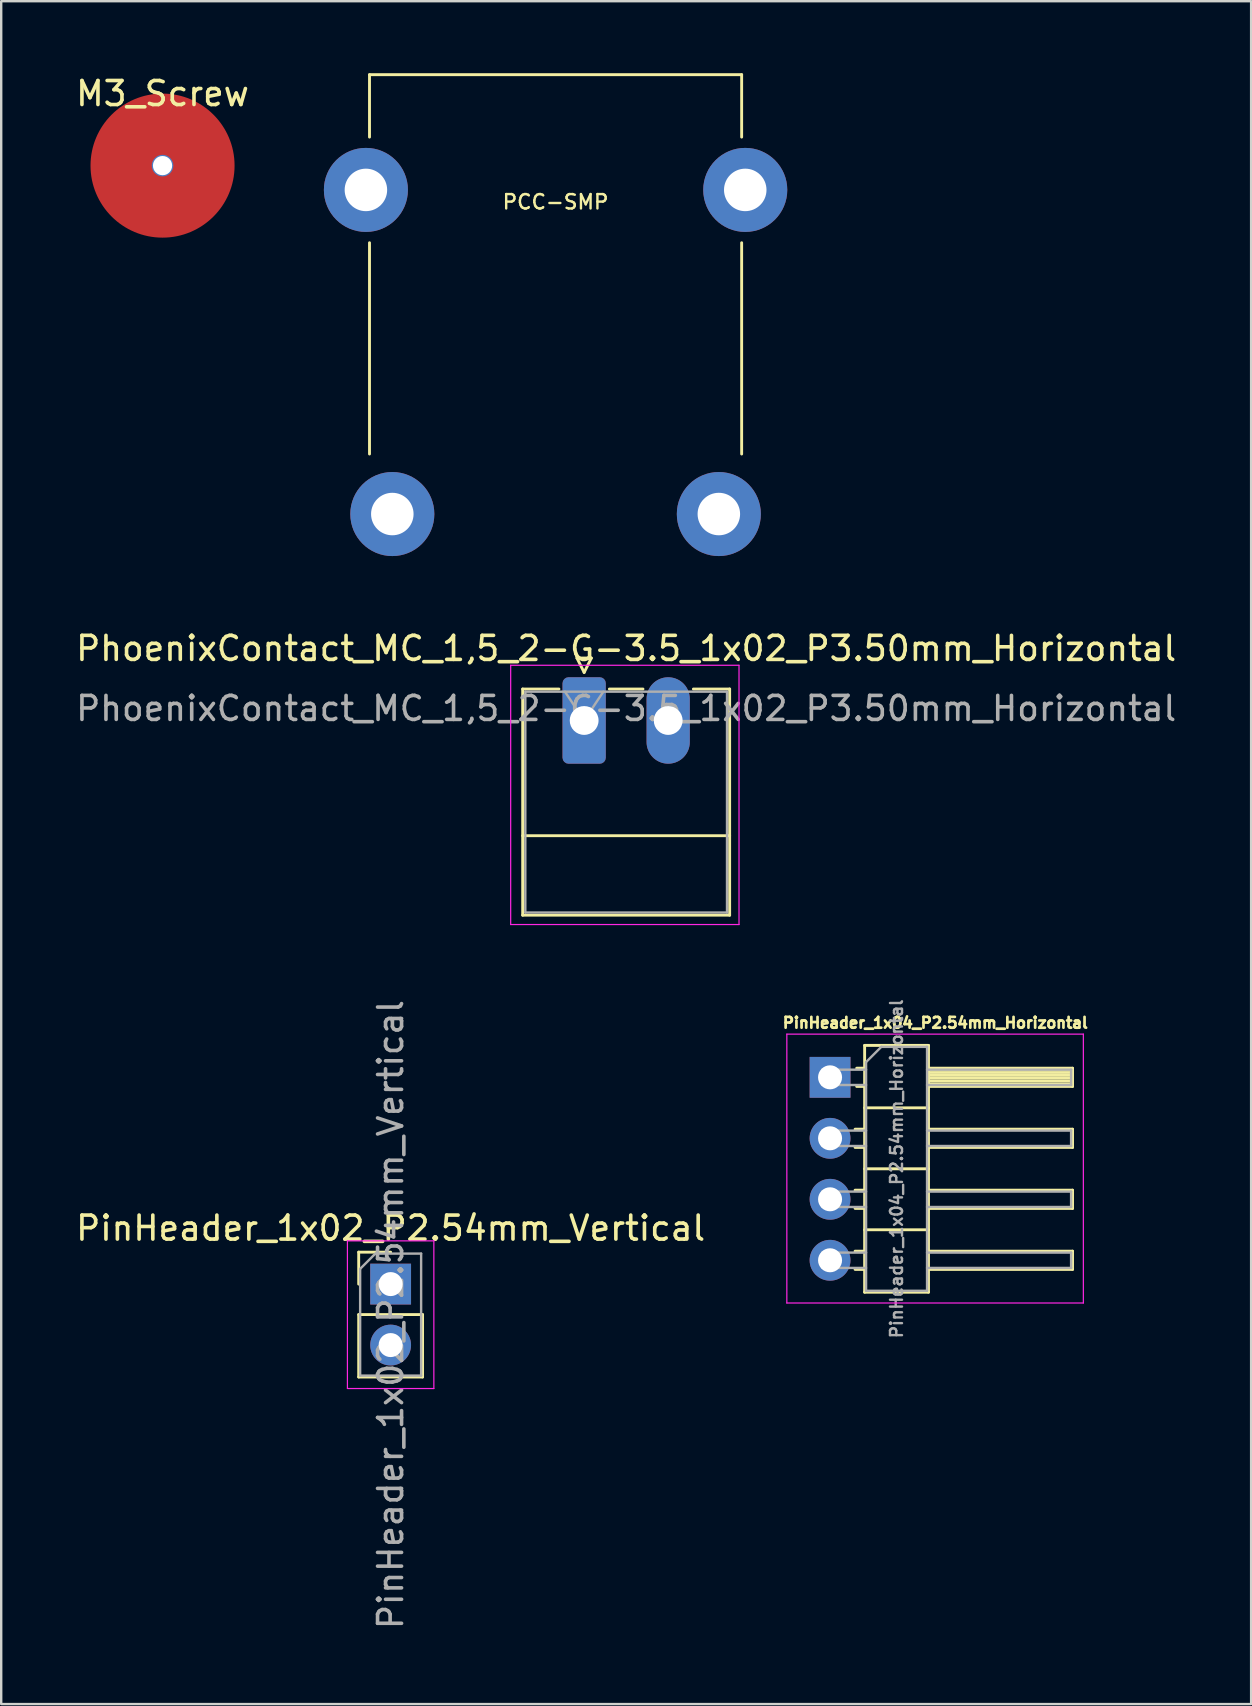
<source format=kicad_pcb>
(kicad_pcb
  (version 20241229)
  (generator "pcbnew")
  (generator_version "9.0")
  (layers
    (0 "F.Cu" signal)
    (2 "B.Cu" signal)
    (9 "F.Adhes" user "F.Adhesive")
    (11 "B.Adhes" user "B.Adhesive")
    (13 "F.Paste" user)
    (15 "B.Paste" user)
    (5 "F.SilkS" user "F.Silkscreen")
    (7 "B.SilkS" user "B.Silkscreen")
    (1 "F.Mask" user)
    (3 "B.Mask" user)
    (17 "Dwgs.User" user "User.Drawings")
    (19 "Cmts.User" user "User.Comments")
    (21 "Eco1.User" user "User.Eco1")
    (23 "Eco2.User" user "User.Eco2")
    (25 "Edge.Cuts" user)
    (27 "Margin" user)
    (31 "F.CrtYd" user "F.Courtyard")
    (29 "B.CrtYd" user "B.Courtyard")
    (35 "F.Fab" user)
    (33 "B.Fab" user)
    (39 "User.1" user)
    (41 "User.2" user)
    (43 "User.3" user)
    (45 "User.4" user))
  (footprint "M3_Screw"
    (layer "F.Cu")
    (at 3.72 3.848)
    (property "Reference" "M3_Screw" (at 0 -3 0) (layer "F.SilkS") (effects (font (size 1 1) (thickness 0.15))))
    (attr through_hole)
    (pad "2" thru_hole oval (at 0 0) (size 0.9 0.9) (drill 0.8) (layers "B.Cu"))
    (pad "2" smd circle (at 0 0) (size 6 6) (layers "F.Cu" "F.Mask" "F.Paste")))
  (footprint "PhoenixContact_MC_1,5_2-G-3.5_1x02_P3.50mm_Horizontal"
    (layer "F.Cu")
    (at 23.03 26.758)
    (property "Reference" "PhoenixContact_MC_1,5_2-G-3.5_1x02_P3.50mm_Horizontal" (at 0 -2.8 0) (layer "F.SilkS") (effects (font (size 1 1) (thickness 0.15))))
    (attr through_hole)
    (fp_line (start -4.31 -1.11) (end -4.31 8.31) (stroke (width 0.12) (type solid)) (layer "F.SilkS"))
    (fp_line (start -4.31 -1.11) (end -2.8 -1.11) (stroke (width 0.12) (type solid)) (layer "F.SilkS"))
    (fp_line (start -4.31 5) (end 4.31 5) (stroke (width 0.12) (type solid)) (layer "F.SilkS"))
    (fp_line (start -4.31 8.31) (end 4.31 8.31) (stroke (width 0.12) (type solid)) (layer "F.SilkS"))
    (fp_line (start -2.05 -2.4) (end -1.45 -2.4) (stroke (width 0.12) (type solid)) (layer "F.SilkS"))
    (fp_line (start -1.75 -1.8) (end -2.05 -2.4) (stroke (width 0.12) (type solid)) (layer "F.SilkS"))
    (fp_line (start -1.45 -2.4) (end -1.75 -1.8) (stroke (width 0.12) (type solid)) (layer "F.SilkS"))
    (fp_line (start -0.7 -1.11) (end 0.7 -1.11) (stroke (width 0.12) (type solid)) (layer "F.SilkS"))
    (fp_line (start 4.31 -1.11) (end 2.8 -1.11) (stroke (width 0.12) (type solid)) (layer "F.SilkS"))
    (fp_line (start 4.31 8.31) (end 4.31 -1.11) (stroke (width 0.12) (type solid)) (layer "F.SilkS"))
    (fp_line (start -4.81 -2.1) (end -4.81 8.7) (stroke (width 0.05) (type solid)) (layer "F.CrtYd"))
    (fp_line (start -4.81 8.7) (end 4.7 8.7) (stroke (width 0.05) (type solid)) (layer "F.CrtYd"))
    (fp_line (start 4.7 -2.1) (end -4.81 -2.1) (stroke (width 0.05) (type solid)) (layer "F.CrtYd"))
    (fp_line (start 4.7 8.7) (end 4.7 -2.1) (stroke (width 0.05) (type solid)) (layer "F.CrtYd"))
    (fp_line (start -4.2 -1) (end -4.2 8.2) (stroke (width 0.1) (type solid)) (layer "F.Fab"))
    (fp_line (start -4.2 8.2) (end 4.2 8.2) (stroke (width 0.1) (type solid)) (layer "F.Fab"))
    (fp_line (start -1.75 0.2) (end -2.55 -1) (stroke (width 0.1) (type solid)) (layer "F.Fab"))
    (fp_line (start -0.95 -1) (end -1.75 0.2) (stroke (width 0.1) (type solid)) (layer "F.Fab"))
    (fp_line (start 4.2 -1) (end -4.2 -1) (stroke (width 0.1) (type solid)) (layer "F.Fab"))
    (fp_line (start 4.2 8.2) (end 4.2 -1) (stroke (width 0.1) (type solid)) (layer "F.Fab"))
    (fp_text user "${REFERENCE}" (at 0 -0.3 0) (layer "F.Fab") (effects (font (size 1 1) (thickness 0.15))))
    (pad "1" thru_hole roundrect (at -1.75 0.2) (size 1.8 3.6) (drill 1.2) (layers "*.Cu" "*.Mask") (roundrect_rratio 0.139))
    (pad "2" thru_hole oval (at 1.75 0.2) (size 1.8 3.6) (drill 1.2) (layers "*.Cu" "*.Mask")))
  (footprint "PinHeader_1x04_P2.54mm_Horizontal"
    (layer "F.Cu")
    (at 31.522 41.821)
    (property "Reference" "PinHeader_1x04_P2.54mm_Horizontal" (at 4.385 -2.27 0) (layer "F.SilkS") (effects (font (size 0.45 0.45) (thickness 0.113))))
    (attr through_hole)
    (fp_line (start 1.043 2.16) (end 1.44 2.16) (stroke (width 0.12) (type solid)) (layer "F.SilkS"))
    (fp_line (start 1.043 2.92) (end 1.44 2.92) (stroke (width 0.12) (type solid)) (layer "F.SilkS"))
    (fp_line (start 1.043 4.7) (end 1.44 4.7) (stroke (width 0.12) (type solid)) (layer "F.SilkS"))
    (fp_line (start 1.043 5.46) (end 1.44 5.46) (stroke (width 0.12) (type solid)) (layer "F.SilkS"))
    (fp_line (start 1.043 7.24) (end 1.44 7.24) (stroke (width 0.12) (type solid)) (layer "F.SilkS"))
    (fp_line (start 1.043 8) (end 1.44 8) (stroke (width 0.12) (type solid)) (layer "F.SilkS"))
    (fp_line (start 1.11 -0.38) (end 1.44 -0.38) (stroke (width 0.12) (type solid)) (layer "F.SilkS"))
    (fp_line (start 1.11 0.38) (end 1.44 0.38) (stroke (width 0.12) (type solid)) (layer "F.SilkS"))
    (fp_line (start 1.44 -1.33) (end 1.44 8.95) (stroke (width 0.12) (type solid)) (layer "F.SilkS"))
    (fp_line (start 1.44 1.27) (end 4.1 1.27) (stroke (width 0.12) (type solid)) (layer "F.SilkS"))
    (fp_line (start 1.44 3.81) (end 4.1 3.81) (stroke (width 0.12) (type solid)) (layer "F.SilkS"))
    (fp_line (start 1.44 6.35) (end 4.1 6.35) (stroke (width 0.12) (type solid)) (layer "F.SilkS"))
    (fp_line (start 1.44 8.95) (end 4.1 8.95) (stroke (width 0.12) (type solid)) (layer "F.SilkS"))
    (fp_line (start 4.1 -1.33) (end 1.44 -1.33) (stroke (width 0.12) (type solid)) (layer "F.SilkS"))
    (fp_line (start 4.1 -0.38) (end 10.1 -0.38) (stroke (width 0.12) (type solid)) (layer "F.SilkS"))
    (fp_line (start 4.1 -0.32) (end 10.1 -0.32) (stroke (width 0.12) (type solid)) (layer "F.SilkS"))
    (fp_line (start 4.1 -0.2) (end 10.1 -0.2) (stroke (width 0.12) (type solid)) (layer "F.SilkS"))
    (fp_line (start 4.1 -0.08) (end 10.1 -0.08) (stroke (width 0.12) (type solid)) (layer "F.SilkS"))
    (fp_line (start 4.1 0.04) (end 10.1 0.04) (stroke (width 0.12) (type solid)) (layer "F.SilkS"))
    (fp_line (start 4.1 0.16) (end 10.1 0.16) (stroke (width 0.12) (type solid)) (layer "F.SilkS"))
    (fp_line (start 4.1 0.28) (end 10.1 0.28) (stroke (width 0.12) (type solid)) (layer "F.SilkS"))
    (fp_line (start 4.1 2.16) (end 10.1 2.16) (stroke (width 0.12) (type solid)) (layer "F.SilkS"))
    (fp_line (start 4.1 4.7) (end 10.1 4.7) (stroke (width 0.12) (type solid)) (layer "F.SilkS"))
    (fp_line (start 4.1 7.24) (end 10.1 7.24) (stroke (width 0.12) (type solid)) (layer "F.SilkS"))
    (fp_line (start 4.1 8.95) (end 4.1 -1.33) (stroke (width 0.12) (type solid)) (layer "F.SilkS"))
    (fp_line (start 10.1 -0.38) (end 10.1 0.38) (stroke (width 0.12) (type solid)) (layer "F.SilkS"))
    (fp_line (start 10.1 0.38) (end 4.1 0.38) (stroke (width 0.12) (type solid)) (layer "F.SilkS"))
    (fp_line (start 10.1 2.16) (end 10.1 2.92) (stroke (width 0.12) (type solid)) (layer "F.SilkS"))
    (fp_line (start 10.1 2.92) (end 4.1 2.92) (stroke (width 0.12) (type solid)) (layer "F.SilkS"))
    (fp_line (start 10.1 4.7) (end 10.1 5.46) (stroke (width 0.12) (type solid)) (layer "F.SilkS"))
    (fp_line (start 10.1 5.46) (end 4.1 5.46) (stroke (width 0.12) (type solid)) (layer "F.SilkS"))
    (fp_line (start 10.1 7.24) (end 10.1 8) (stroke (width 0.12) (type solid)) (layer "F.SilkS"))
    (fp_line (start 10.1 8) (end 4.1 8) (stroke (width 0.12) (type solid)) (layer "F.SilkS"))
    (fp_line (start -1.8 -1.8) (end -1.8 9.4) (stroke (width 0.05) (type solid)) (layer "F.CrtYd"))
    (fp_line (start -1.8 9.4) (end 10.55 9.4) (stroke (width 0.05) (type solid)) (layer "F.CrtYd"))
    (fp_line (start 10.55 -1.8) (end -1.8 -1.8) (stroke (width 0.05) (type solid)) (layer "F.CrtYd"))
    (fp_line (start 10.55 9.4) (end 10.55 -1.8) (stroke (width 0.05) (type solid)) (layer "F.CrtYd"))
    (fp_line (start -0.32 -0.32) (end -0.32 0.32) (stroke (width 0.1) (type solid)) (layer "F.Fab"))
    (fp_line (start -0.32 -0.32) (end 1.5 -0.32) (stroke (width 0.1) (type solid)) (layer "F.Fab"))
    (fp_line (start -0.32 0.32) (end 1.5 0.32) (stroke (width 0.1) (type solid)) (layer "F.Fab"))
    (fp_line (start -0.32 2.22) (end -0.32 2.86) (stroke (width 0.1) (type solid)) (layer "F.Fab"))
    (fp_line (start -0.32 2.22) (end 1.5 2.22) (stroke (width 0.1) (type solid)) (layer "F.Fab"))
    (fp_line (start -0.32 2.86) (end 1.5 2.86) (stroke (width 0.1) (type solid)) (layer "F.Fab"))
    (fp_line (start -0.32 4.76) (end -0.32 5.4) (stroke (width 0.1) (type solid)) (layer "F.Fab"))
    (fp_line (start -0.32 4.76) (end 1.5 4.76) (stroke (width 0.1) (type solid)) (layer "F.Fab"))
    (fp_line (start -0.32 5.4) (end 1.5 5.4) (stroke (width 0.1) (type solid)) (layer "F.Fab"))
    (fp_line (start -0.32 7.3) (end -0.32 7.94) (stroke (width 0.1) (type solid)) (layer "F.Fab"))
    (fp_line (start -0.32 7.3) (end 1.5 7.3) (stroke (width 0.1) (type solid)) (layer "F.Fab"))
    (fp_line (start -0.32 7.94) (end 1.5 7.94) (stroke (width 0.1) (type solid)) (layer "F.Fab"))
    (fp_line (start 1.5 -0.635) (end 2.135 -1.27) (stroke (width 0.1) (type solid)) (layer "F.Fab"))
    (fp_line (start 1.5 8.89) (end 1.5 -0.635) (stroke (width 0.1) (type solid)) (layer "F.Fab"))
    (fp_line (start 2.135 -1.27) (end 4.04 -1.27) (stroke (width 0.1) (type solid)) (layer "F.Fab"))
    (fp_line (start 4.04 -1.27) (end 4.04 8.89) (stroke (width 0.1) (type solid)) (layer "F.Fab"))
    (fp_line (start 4.04 -0.32) (end 10.04 -0.32) (stroke (width 0.1) (type solid)) (layer "F.Fab"))
    (fp_line (start 4.04 0.32) (end 10.04 0.32) (stroke (width 0.1) (type solid)) (layer "F.Fab"))
    (fp_line (start 4.04 2.22) (end 10.04 2.22) (stroke (width 0.1) (type solid)) (layer "F.Fab"))
    (fp_line (start 4.04 2.86) (end 10.04 2.86) (stroke (width 0.1) (type solid)) (layer "F.Fab"))
    (fp_line (start 4.04 4.76) (end 10.04 4.76) (stroke (width 0.1) (type solid)) (layer "F.Fab"))
    (fp_line (start 4.04 5.4) (end 10.04 5.4) (stroke (width 0.1) (type solid)) (layer "F.Fab"))
    (fp_line (start 4.04 7.3) (end 10.04 7.3) (stroke (width 0.1) (type solid)) (layer "F.Fab"))
    (fp_line (start 4.04 7.94) (end 10.04 7.94) (stroke (width 0.1) (type solid)) (layer "F.Fab"))
    (fp_line (start 4.04 8.89) (end 1.5 8.89) (stroke (width 0.1) (type solid)) (layer "F.Fab"))
    (fp_line (start 10.04 -0.32) (end 10.04 0.32) (stroke (width 0.1) (type solid)) (layer "F.Fab"))
    (fp_line (start 10.04 2.22) (end 10.04 2.86) (stroke (width 0.1) (type solid)) (layer "F.Fab"))
    (fp_line (start 10.04 4.76) (end 10.04 5.4) (stroke (width 0.1) (type solid)) (layer "F.Fab"))
    (fp_line (start 10.04 7.3) (end 10.04 7.94) (stroke (width 0.1) (type solid)) (layer "F.Fab"))
    (fp_text user "${REFERENCE}" (at 2.77 3.81 90) (layer "F.Fab") (effects (font (size 0.5 0.5) (thickness 0.1))))
    (pad "1" thru_hole rect (at 0 0) (size 1.7 1.7) (drill 1) (layers "*.Cu" "*.Mask"))
    (pad "2" thru_hole oval (at 0 2.54) (size 1.7 1.7) (drill 1) (layers "*.Cu" "*.Mask"))
    (pad "3" thru_hole oval (at 0 5.08) (size 1.7 1.7) (drill 1) (layers "*.Cu" "*.Mask"))
    (pad "4" thru_hole oval (at 0 7.62) (size 1.7 1.7) (drill 1) (layers "*.Cu" "*.Mask")))
  (footprint "PCC-SMP"
    (layer "F.Cu")
    (at 20.09 4.86)
    (property "Reference" "PCC-SMP" (at 0 0.5 0) (layer "F.SilkS") (effects (font (size 0.6 0.6) (thickness 0.1))))
    (attr through_hole)
    (fp_line (start -7.75 -4.8) (end -7.75 -2.2) (stroke (width 0.12) (type solid)) (layer "F.SilkS"))
    (fp_line (start -7.75 -4.8) (end 7.75 -4.8) (stroke (width 0.12) (type solid)) (layer "F.SilkS"))
    (fp_line (start -7.75 2.2) (end -7.75 11) (stroke (width 0.12) (type solid)) (layer "F.SilkS"))
    (fp_line (start 7.75 -4.8) (end 7.75 -2.2) (stroke (width 0.12) (type solid)) (layer "F.SilkS"))
    (fp_line (start 7.75 2.2) (end 7.75 11) (stroke (width 0.12) (type solid)) (layer "F.SilkS"))
    (pad "1" thru_hole circle (at -6.8 13.5) (size 3.5 3.5) (drill 1.77) (layers "*.Cu" "*.Mask"))
    (pad "2" thru_hole circle (at 6.8 13.5) (size 3.5 3.5) (drill 1.77) (layers "*.Cu" "*.Mask"))
    (pad "MP" thru_hole circle (at -7.9 0) (size 3.5 3.5) (drill 1.77) (layers "*.Cu" "*.Mask"))
    (pad "MP" thru_hole circle (at 7.9 0) (size 3.5 3.5) (drill 1.77) (layers "*.Cu" "*.Mask")))
  (footprint "PinHeader_1x02_P2.54mm_Vertical"
    (layer "F.Cu")
    (at 13.22 51.703)
    (property "Reference" "PinHeader_1x02_P2.54mm_Vertical" (at 0 -3.6 0) (layer "F.SilkS") (effects (font (size 1 1) (thickness 0.15))))
    (attr through_hole)
    (fp_line (start -1.33 -2.6) (end 0 -2.6) (stroke (width 0.12) (type solid)) (layer "F.SilkS"))
    (fp_line (start -1.33 -1.27) (end -1.33 -2.6) (stroke (width 0.12) (type solid)) (layer "F.SilkS"))
    (fp_line (start -1.33 0) (end -1.33 2.6) (stroke (width 0.12) (type solid)) (layer "F.SilkS"))
    (fp_line (start -1.33 0) (end 1.33 0) (stroke (width 0.12) (type solid)) (layer "F.SilkS"))
    (fp_line (start -1.33 2.6) (end 1.33 2.6) (stroke (width 0.12) (type solid)) (layer "F.SilkS"))
    (fp_line (start 1.33 0) (end 1.33 2.6) (stroke (width 0.12) (type solid)) (layer "F.SilkS"))
    (fp_line (start -1.8 -3.075) (end -1.8 3.075) (stroke (width 0.05) (type solid)) (layer "F.CrtYd"))
    (fp_line (start -1.8 3.08) (end 1.8 3.08) (stroke (width 0.05) (type solid)) (layer "F.CrtYd"))
    (fp_line (start 1.8 -3.07) (end -1.8 -3.07) (stroke (width 0.05) (type solid)) (layer "F.CrtYd"))
    (fp_line (start 1.8 3.08) (end 1.8 -3.07) (stroke (width 0.05) (type solid)) (layer "F.CrtYd"))
    (fp_line (start -1.27 -1.905) (end -0.635 -2.54) (stroke (width 0.1) (type solid)) (layer "F.Fab"))
    (fp_line (start -1.27 2.54) (end -1.27 -1.905) (stroke (width 0.1) (type solid)) (layer "F.Fab"))
    (fp_line (start -0.635 -2.54) (end 1.27 -2.54) (stroke (width 0.1) (type solid)) (layer "F.Fab"))
    (fp_line (start 1.27 -2.54) (end 1.27 2.54) (stroke (width 0.1) (type solid)) (layer "F.Fab"))
    (fp_line (start 1.27 2.54) (end -1.27 2.54) (stroke (width 0.1) (type solid)) (layer "F.Fab"))
    (fp_text user "${REFERENCE}" (at 0 0 90) (layer "F.Fab") (effects (font (size 1 1) (thickness 0.15))))
    (pad "1" thru_hole rect (at 0 -1.27) (size 1.7 1.7) (drill 1) (layers "*.Cu" "*.Mask"))
    (pad "2" thru_hole oval (at 0 1.27) (size 1.7 1.7) (drill 1) (layers "*.Cu" "*.Mask")))
  (gr_rect
    (start -3 -3)
    (end 49.06 67.924)
    (stroke (width 0.1) (type default))
    (fill no)
    (layer "Edge.Cuts")))
</source>
